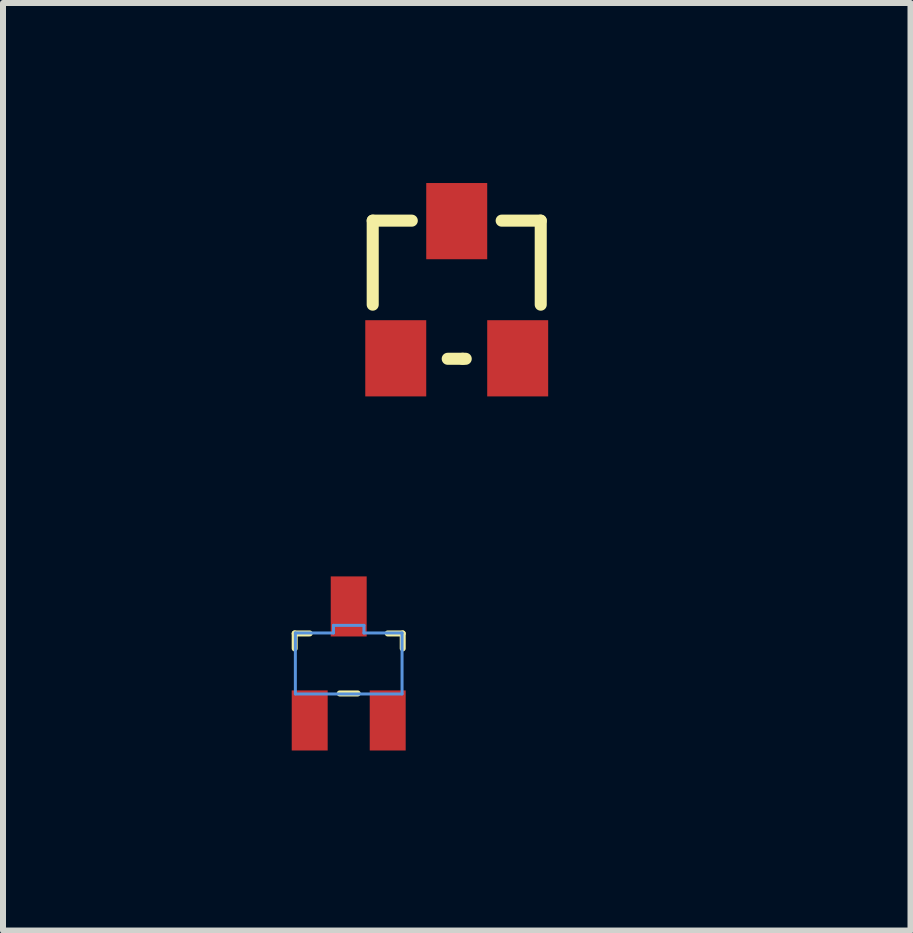
<source format=kicad_pcb>
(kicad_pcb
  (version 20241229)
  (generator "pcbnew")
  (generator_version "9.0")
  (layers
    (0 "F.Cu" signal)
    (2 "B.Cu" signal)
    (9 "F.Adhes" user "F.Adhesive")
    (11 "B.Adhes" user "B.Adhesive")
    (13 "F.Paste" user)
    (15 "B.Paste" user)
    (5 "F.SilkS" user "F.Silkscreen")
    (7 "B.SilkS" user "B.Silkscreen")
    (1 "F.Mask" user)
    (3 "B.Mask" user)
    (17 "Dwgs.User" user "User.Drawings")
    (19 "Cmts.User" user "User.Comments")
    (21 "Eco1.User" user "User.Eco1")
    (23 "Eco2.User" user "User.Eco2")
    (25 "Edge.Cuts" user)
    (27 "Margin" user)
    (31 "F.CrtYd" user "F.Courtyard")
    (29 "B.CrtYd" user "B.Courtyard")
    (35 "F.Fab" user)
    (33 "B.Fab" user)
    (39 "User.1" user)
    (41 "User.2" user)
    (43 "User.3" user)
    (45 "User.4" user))
  (footprint "SOT323_FET"
    (layer "F.Cu")
    (at 2.761 8.006)
    (property "Reference" "SOT323_FET" (at 0 0 0) (layer "Eco1.User") (effects (font (size 0.6 0.6) (thickness 0.1))))
    (attr smd)
    (fp_line (start -0.9 -0.5) (end -0.9 -0.25) (stroke (width 0.1) (type solid)) (layer "F.SilkS"))
    (fp_line (start -0.65 -0.5) (end -0.9 -0.5) (stroke (width 0.1) (type solid)) (layer "F.SilkS"))
    (fp_line (start -0.15 0.5) (end 0.15 0.5) (stroke (width 0.1) (type solid)) (layer "F.SilkS"))
    (fp_line (start 0.65 -0.5) (end 0.9 -0.5) (stroke (width 0.1) (type solid)) (layer "F.SilkS"))
    (fp_line (start 0.9 -0.5) (end 0.9 -0.25) (stroke (width 0.1) (type solid)) (layer "F.SilkS"))
    (fp_line (start -0.889 -0.508) (end -0.889 0.508) (stroke (width 0.05) (type solid)) (layer "Cmts.User"))
    (fp_line (start -0.889 0.508) (end 0.889 0.508) (stroke (width 0.05) (type solid)) (layer "Cmts.User"))
    (fp_line (start -0.254 -0.635) (end -0.254 -0.508) (stroke (width 0.05) (type solid)) (layer "Cmts.User"))
    (fp_line (start -0.254 -0.508) (end -0.889 -0.508) (stroke (width 0.05) (type solid)) (layer "Cmts.User"))
    (fp_line (start 0.254 -0.635) (end -0.254 -0.635) (stroke (width 0.05) (type solid)) (layer "Cmts.User"))
    (fp_line (start 0.254 -0.508) (end 0.254 -0.635) (stroke (width 0.05) (type solid)) (layer "Cmts.User"))
    (fp_line (start 0.889 -0.508) (end 0.254 -0.508) (stroke (width 0.05) (type solid)) (layer "Cmts.User"))
    (fp_line (start 0.889 0.508) (end 0.889 -0.508) (stroke (width 0.05) (type solid)) (layer "Cmts.User"))
    (pad "D" smd rect (at 0 -0.95 180) (size 0.599 1.001) (layers "F.Cu" "F.Mask" "F.Paste"))
    (pad "G" smd rect (at -0.65 0.95 180) (size 0.599 1.001) (layers "F.Cu" "F.Mask" "F.Paste"))
    (pad "S" smd rect (at 0.65 0.95 180) (size 0.599 1.001) (layers "F.Cu" "F.Mask" "F.Paste")))
  (footprint "SOT23_PGB102ST23"
    (layer "F.Cu")
    (at 4.561 1.778)
    (property "Reference" "SOT23_PGB102ST23" (at 0 -0.05 0) (layer "Eco1.User") (effects (font (size 0.6 0.6) (thickness 0.1))))
    (attr smd)
    (fp_line (start -1.4 -1.151) (end -1.4 0.249) (stroke (width 0.201) (type solid)) (layer "F.SilkS"))
    (fp_line (start -1.4 -1.151) (end -0.749 -1.151) (stroke (width 0.201) (type solid)) (layer "F.SilkS"))
    (fp_line (start -0.15 1.151) (end 0.099 1.151) (stroke (width 0.201) (type solid)) (layer "F.SilkS"))
    (fp_line (start 0.099 1.151) (end 0.15 1.151) (stroke (width 0.201) (type solid)) (layer "F.SilkS"))
    (fp_line (start 1.4 -1.151) (end 0.749 -1.151) (stroke (width 0.201) (type solid)) (layer "F.SilkS"))
    (fp_line (start 1.4 -1.151) (end 1.4 0.249) (stroke (width 0.201) (type solid)) (layer "F.SilkS"))
    (pad "A" smd rect (at 0 -1.143) (size 1.016 1.27) (layers "F.Cu" "F.Mask" "F.Paste"))
    (pad "K1" smd rect (at 1.016 1.143) (size 1.016 1.27) (layers "F.Cu" "F.Mask" "F.Paste"))
    (pad "K2" smd rect (at -1.016 1.143) (size 1.016 1.27) (layers "F.Cu" "F.Mask" "F.Paste")))
  (gr_rect
    (start -3 -3)
    (end 12.123 12.457)
    (stroke (width 0.1) (type default))
    (fill no)
    (layer "Edge.Cuts")))
</source>
